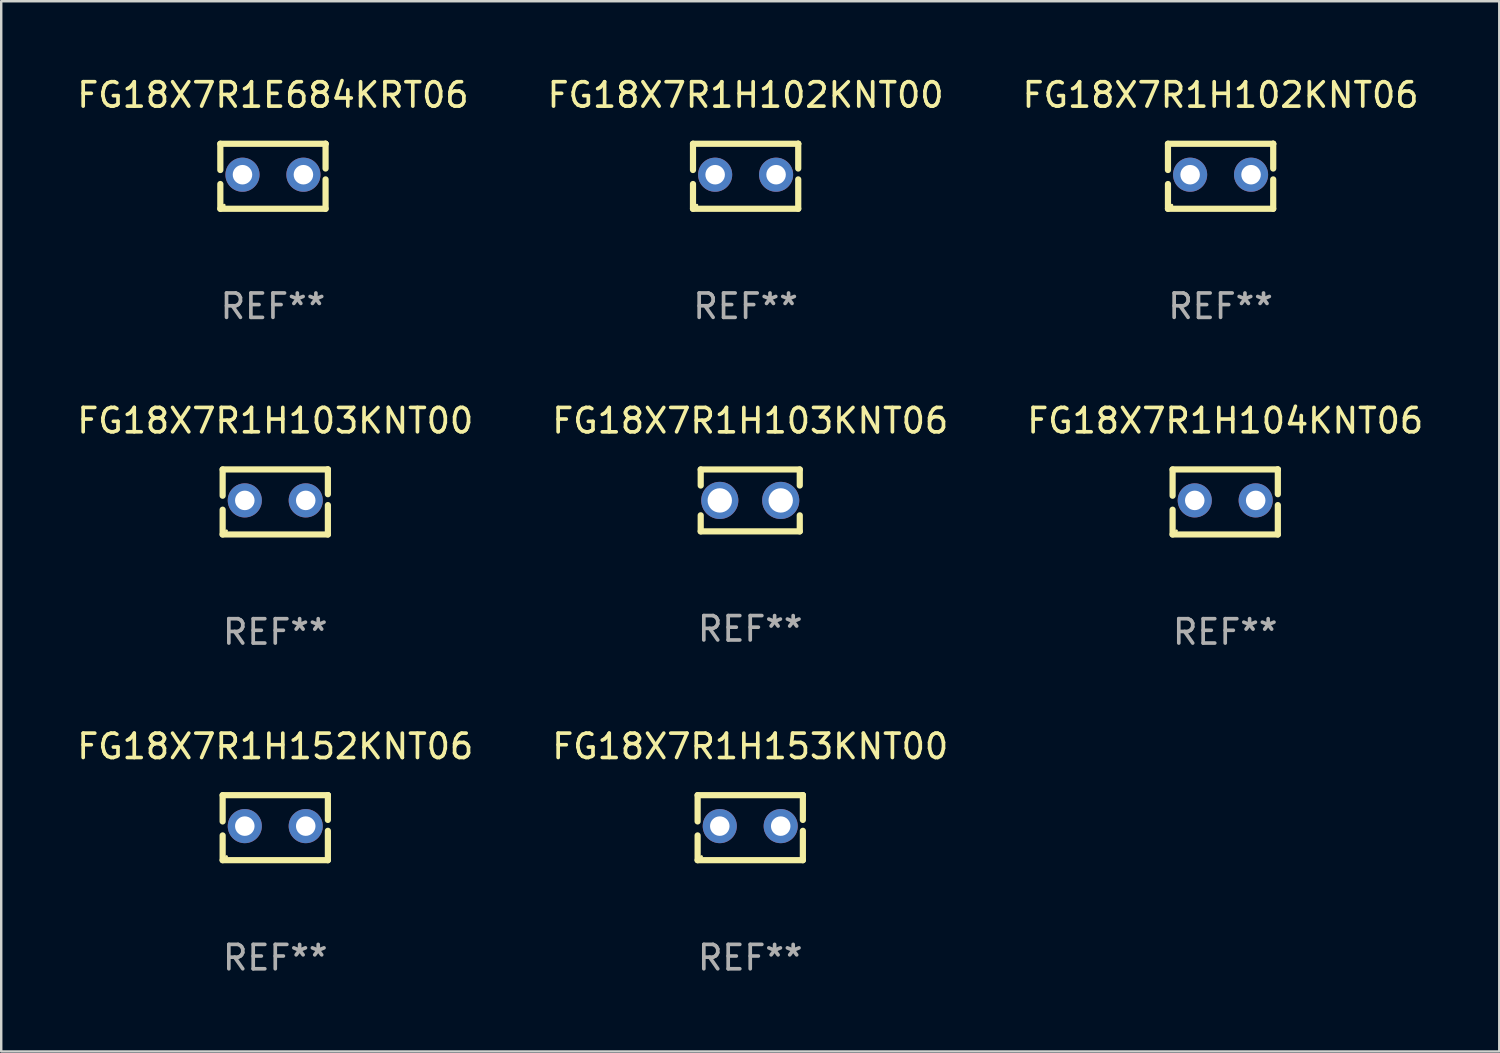
<source format=kicad_pcb>
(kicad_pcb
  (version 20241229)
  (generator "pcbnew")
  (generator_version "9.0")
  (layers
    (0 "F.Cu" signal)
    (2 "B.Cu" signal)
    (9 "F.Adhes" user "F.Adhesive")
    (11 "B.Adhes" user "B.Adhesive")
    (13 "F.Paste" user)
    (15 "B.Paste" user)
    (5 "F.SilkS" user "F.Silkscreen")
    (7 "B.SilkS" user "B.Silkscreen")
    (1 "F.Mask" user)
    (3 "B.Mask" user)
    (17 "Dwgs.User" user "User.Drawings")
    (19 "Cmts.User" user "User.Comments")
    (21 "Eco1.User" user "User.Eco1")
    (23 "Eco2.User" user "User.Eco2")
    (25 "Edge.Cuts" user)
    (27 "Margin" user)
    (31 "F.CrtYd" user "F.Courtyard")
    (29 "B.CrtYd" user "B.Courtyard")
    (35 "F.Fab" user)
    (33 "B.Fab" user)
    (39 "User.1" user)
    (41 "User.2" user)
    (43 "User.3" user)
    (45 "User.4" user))
  (footprint "FG18X7R1H153KNT00"
    (layer "F.Cu")
    (at 27.732 30.909)
    (property "Reference" "FG18X7R1H153KNT00" (at 0 -3.334 0) (layer "F.SilkS") (effects (font (size 1 1) (thickness 0.15))))
    (attr through_hole)
    (fp_line (start -2.159 -1.334) (end 2.159 -1.334) (stroke (width 0.254) (type solid)) (layer "F.SilkS"))
    (fp_line (start -2.159 -0.256) (end -2.159 -1.334) (stroke (width 0.254) (type solid)) (layer "F.SilkS"))
    (fp_line (start -2.159 1.334) (end -2.159 0.318) (stroke (width 0.254) (type solid)) (layer "F.SilkS"))
    (fp_line (start 2.159 -1.334) (end 2.159 -1.334) (stroke (width 0.254) (type solid)) (layer "F.SilkS"))
    (fp_line (start 2.159 -1.334) (end 2.159 -0.318) (stroke (width 0.254) (type solid)) (layer "F.SilkS"))
    (fp_line (start 2.159 0.129) (end 2.159 1.334) (stroke (width 0.254) (type solid)) (layer "F.SilkS"))
    (fp_line (start 2.159 1.334) (end -2.159 1.334) (stroke (width 0.254) (type solid)) (layer "F.SilkS"))
    (fp_circle (center -2 1.186) (end -1.97 1.186) (stroke (width 0.06) (type solid)) (fill no) (layer "F.SilkS"))
    (fp_text user "REF**" (at 0 5.334 0) (layer "F.Fab") (effects (font (size 1 1) (thickness 0.15))))
    (pad "1" thru_hole circle (at -1.25 -0.064) (size 1.4 1.4) (drill 0.8) (layers "*.Cu" "*.Mask"))
    (pad "2" thru_hole circle (at 1.25 -0.064) (size 1.4 1.4) (drill 0.8) (layers "*.Cu" "*.Mask")))
  (footprint "FG18X7R1H103KNT00"
    (layer "F.Cu")
    (at 8.244 17.545)
    (property "Reference" "FG18X7R1H103KNT00" (at 0 -3.334 0) (layer "F.SilkS") (effects (font (size 1 1) (thickness 0.15))))
    (attr through_hole)
    (fp_line (start -2.159 -1.334) (end 2.159 -1.334) (stroke (width 0.254) (type solid)) (layer "F.SilkS"))
    (fp_line (start -2.159 -0.256) (end -2.159 -1.334) (stroke (width 0.254) (type solid)) (layer "F.SilkS"))
    (fp_line (start -2.159 1.334) (end -2.159 0.318) (stroke (width 0.254) (type solid)) (layer "F.SilkS"))
    (fp_line (start 2.159 -1.334) (end 2.159 -1.334) (stroke (width 0.254) (type solid)) (layer "F.SilkS"))
    (fp_line (start 2.159 -1.334) (end 2.159 -0.318) (stroke (width 0.254) (type solid)) (layer "F.SilkS"))
    (fp_line (start 2.159 0.129) (end 2.159 1.334) (stroke (width 0.254) (type solid)) (layer "F.SilkS"))
    (fp_line (start 2.159 1.334) (end -2.159 1.334) (stroke (width 0.254) (type solid)) (layer "F.SilkS"))
    (fp_circle (center -2 1.186) (end -1.97 1.186) (stroke (width 0.06) (type solid)) (fill no) (layer "F.SilkS"))
    (fp_text user "REF**" (at 0 5.334 0) (layer "F.Fab") (effects (font (size 1 1) (thickness 0.15))))
    (pad "1" thru_hole circle (at -1.25 -0.064) (size 1.4 1.4) (drill 0.8) (layers "*.Cu" "*.Mask"))
    (pad "2" thru_hole circle (at 1.25 -0.064) (size 1.4 1.4) (drill 0.8) (layers "*.Cu" "*.Mask")))
  (footprint "FG18X7R1H102KNT06"
    (layer "F.Cu")
    (at 47.03 4.182)
    (property "Reference" "FG18X7R1H102KNT06" (at 0 -3.334 0) (layer "F.SilkS") (effects (font (size 1 1) (thickness 0.15))))
    (attr through_hole)
    (fp_line (start -2.159 -1.334) (end 2.159 -1.334) (stroke (width 0.254) (type solid)) (layer "F.SilkS"))
    (fp_line (start -2.159 -0.256) (end -2.159 -1.334) (stroke (width 0.254) (type solid)) (layer "F.SilkS"))
    (fp_line (start -2.159 1.334) (end -2.159 0.318) (stroke (width 0.254) (type solid)) (layer "F.SilkS"))
    (fp_line (start 2.159 -1.334) (end 2.159 -1.334) (stroke (width 0.254) (type solid)) (layer "F.SilkS"))
    (fp_line (start 2.159 -1.334) (end 2.159 -0.318) (stroke (width 0.254) (type solid)) (layer "F.SilkS"))
    (fp_line (start 2.159 0.129) (end 2.159 1.334) (stroke (width 0.254) (type solid)) (layer "F.SilkS"))
    (fp_line (start 2.159 1.334) (end -2.159 1.334) (stroke (width 0.254) (type solid)) (layer "F.SilkS"))
    (fp_circle (center -2 1.186) (end -1.97 1.186) (stroke (width 0.06) (type solid)) (fill no) (layer "F.SilkS"))
    (fp_text user "REF**" (at 0 5.334 0) (layer "F.Fab") (effects (font (size 1 1) (thickness 0.15))))
    (pad "1" thru_hole circle (at -1.25 -0.064) (size 1.4 1.4) (drill 0.8) (layers "*.Cu" "*.Mask"))
    (pad "2" thru_hole circle (at 1.25 -0.064) (size 1.4 1.4) (drill 0.8) (layers "*.Cu" "*.Mask")))
  (footprint "FG18X7R1E684KRT06"
    (layer "F.Cu")
    (at 8.149 4.182)
    (property "Reference" "FG18X7R1E684KRT06" (at 0 -3.334 0) (layer "F.SilkS") (effects (font (size 1 1) (thickness 0.15))))
    (attr through_hole)
    (fp_line (start -2.159 -1.334) (end 2.159 -1.334) (stroke (width 0.254) (type solid)) (layer "F.SilkS"))
    (fp_line (start -2.159 -0.256) (end -2.159 -1.334) (stroke (width 0.254) (type solid)) (layer "F.SilkS"))
    (fp_line (start -2.159 1.334) (end -2.159 0.318) (stroke (width 0.254) (type solid)) (layer "F.SilkS"))
    (fp_line (start 2.159 -1.334) (end 2.159 -1.334) (stroke (width 0.254) (type solid)) (layer "F.SilkS"))
    (fp_line (start 2.159 -1.334) (end 2.159 -0.318) (stroke (width 0.254) (type solid)) (layer "F.SilkS"))
    (fp_line (start 2.159 0.129) (end 2.159 1.334) (stroke (width 0.254) (type solid)) (layer "F.SilkS"))
    (fp_line (start 2.159 1.334) (end -2.159 1.334) (stroke (width 0.254) (type solid)) (layer "F.SilkS"))
    (fp_circle (center -2 1.186) (end -1.97 1.186) (stroke (width 0.06) (type solid)) (fill no) (layer "F.SilkS"))
    (fp_text user "REF**" (at 0 5.334 0) (layer "F.Fab") (effects (font (size 1 1) (thickness 0.15))))
    (pad "1" thru_hole circle (at -1.25 -0.064) (size 1.4 1.4) (drill 0.8) (layers "*.Cu" "*.Mask"))
    (pad "2" thru_hole circle (at 1.25 -0.064) (size 1.4 1.4) (drill 0.8) (layers "*.Cu" "*.Mask")))
  (footprint "FG18X7R1H103KNT06"
    (layer "F.Cu")
    (at 27.732 17.482)
    (property "Reference" "FG18X7R1H103KNT06" (at 0 -3.27 0) (layer "F.SilkS") (effects (font (size 1 1) (thickness 0.15))))
    (attr through_hole)
    (fp_line (start -2.032 -1.27) (end -2.032 -0.611) (stroke (width 0.254) (type solid)) (layer "F.SilkS"))
    (fp_line (start -2.032 0.611) (end -2.032 1.27) (stroke (width 0.254) (type solid)) (layer "F.SilkS"))
    (fp_line (start -2.032 1.27) (end 2.032 1.27) (stroke (width 0.254) (type solid)) (layer "F.SilkS"))
    (fp_line (start 2.032 -1.27) (end -2.032 -1.27) (stroke (width 0.254) (type solid)) (layer "F.SilkS"))
    (fp_line (start 2.032 -0.611) (end 2.032 -1.27) (stroke (width 0.254) (type solid)) (layer "F.SilkS"))
    (fp_line (start 2.032 1.27) (end 2.032 0.611) (stroke (width 0.254) (type solid)) (layer "F.SilkS"))
    (fp_circle (center -2 1.25) (end -1.97 1.25) (stroke (width 0.06) (type solid)) (fill no) (layer "F.SilkS"))
    (fp_text user "REF**" (at 0 5.27 0) (layer "F.Fab") (effects (font (size 1 1) (thickness 0.15))))
    (pad "1" thru_hole circle (at -1.25 0) (size 1.524 1.524) (drill 1) (layers "*.Cu" "*.Mask"))
    (pad "2" thru_hole circle (at 1.25 0) (size 1.524 1.524) (drill 1) (layers "*.Cu" "*.Mask")))
  (footprint "FG18X7R1H104KNT06"
    (layer "F.Cu")
    (at 47.22 17.545)
    (property "Reference" "FG18X7R1H104KNT06" (at 0 -3.334 0) (layer "F.SilkS") (effects (font (size 1 1) (thickness 0.15))))
    (attr through_hole)
    (fp_line (start -2.159 -1.334) (end 2.159 -1.334) (stroke (width 0.254) (type solid)) (layer "F.SilkS"))
    (fp_line (start -2.159 -0.256) (end -2.159 -1.334) (stroke (width 0.254) (type solid)) (layer "F.SilkS"))
    (fp_line (start -2.159 1.334) (end -2.159 0.318) (stroke (width 0.254) (type solid)) (layer "F.SilkS"))
    (fp_line (start 2.159 -1.334) (end 2.159 -1.334) (stroke (width 0.254) (type solid)) (layer "F.SilkS"))
    (fp_line (start 2.159 -1.334) (end 2.159 -0.318) (stroke (width 0.254) (type solid)) (layer "F.SilkS"))
    (fp_line (start 2.159 0.129) (end 2.159 1.334) (stroke (width 0.254) (type solid)) (layer "F.SilkS"))
    (fp_line (start 2.159 1.334) (end -2.159 1.334) (stroke (width 0.254) (type solid)) (layer "F.SilkS"))
    (fp_circle (center -2 1.186) (end -1.97 1.186) (stroke (width 0.06) (type solid)) (fill no) (layer "F.SilkS"))
    (fp_text user "REF**" (at 0 5.334 0) (layer "F.Fab") (effects (font (size 1 1) (thickness 0.15))))
    (pad "1" thru_hole circle (at -1.25 -0.064) (size 1.4 1.4) (drill 0.8) (layers "*.Cu" "*.Mask"))
    (pad "2" thru_hole circle (at 1.25 -0.064) (size 1.4 1.4) (drill 0.8) (layers "*.Cu" "*.Mask")))
  (footprint "FG18X7R1H102KNT00"
    (layer "F.Cu")
    (at 27.542 4.182)
    (property "Reference" "FG18X7R1H102KNT00" (at 0 -3.334 0) (layer "F.SilkS") (effects (font (size 1 1) (thickness 0.15))))
    (attr through_hole)
    (fp_line (start -2.159 -1.334) (end 2.159 -1.334) (stroke (width 0.254) (type solid)) (layer "F.SilkS"))
    (fp_line (start -2.159 -0.256) (end -2.159 -1.334) (stroke (width 0.254) (type solid)) (layer "F.SilkS"))
    (fp_line (start -2.159 1.334) (end -2.159 0.318) (stroke (width 0.254) (type solid)) (layer "F.SilkS"))
    (fp_line (start 2.159 -1.334) (end 2.159 -1.334) (stroke (width 0.254) (type solid)) (layer "F.SilkS"))
    (fp_line (start 2.159 -1.334) (end 2.159 -0.318) (stroke (width 0.254) (type solid)) (layer "F.SilkS"))
    (fp_line (start 2.159 0.129) (end 2.159 1.334) (stroke (width 0.254) (type solid)) (layer "F.SilkS"))
    (fp_line (start 2.159 1.334) (end -2.159 1.334) (stroke (width 0.254) (type solid)) (layer "F.SilkS"))
    (fp_circle (center -2 1.186) (end -1.97 1.186) (stroke (width 0.06) (type solid)) (fill no) (layer "F.SilkS"))
    (fp_text user "REF**" (at 0 5.334 0) (layer "F.Fab") (effects (font (size 1 1) (thickness 0.15))))
    (pad "1" thru_hole circle (at -1.25 -0.064) (size 1.4 1.4) (drill 0.8) (layers "*.Cu" "*.Mask"))
    (pad "2" thru_hole circle (at 1.25 -0.064) (size 1.4 1.4) (drill 0.8) (layers "*.Cu" "*.Mask")))
  (footprint "FG18X7R1H152KNT06"
    (layer "F.Cu")
    (at 8.244 30.909)
    (property "Reference" "FG18X7R1H152KNT06" (at 0 -3.334 0) (layer "F.SilkS") (effects (font (size 1 1) (thickness 0.15))))
    (attr through_hole)
    (fp_line (start -2.159 -1.334) (end 2.159 -1.334) (stroke (width 0.254) (type solid)) (layer "F.SilkS"))
    (fp_line (start -2.159 -0.256) (end -2.159 -1.334) (stroke (width 0.254) (type solid)) (layer "F.SilkS"))
    (fp_line (start -2.159 1.334) (end -2.159 0.318) (stroke (width 0.254) (type solid)) (layer "F.SilkS"))
    (fp_line (start 2.159 -1.334) (end 2.159 -1.334) (stroke (width 0.254) (type solid)) (layer "F.SilkS"))
    (fp_line (start 2.159 -1.334) (end 2.159 -0.318) (stroke (width 0.254) (type solid)) (layer "F.SilkS"))
    (fp_line (start 2.159 0.129) (end 2.159 1.334) (stroke (width 0.254) (type solid)) (layer "F.SilkS"))
    (fp_line (start 2.159 1.334) (end -2.159 1.334) (stroke (width 0.254) (type solid)) (layer "F.SilkS"))
    (fp_circle (center -2 1.186) (end -1.97 1.186) (stroke (width 0.06) (type solid)) (fill no) (layer "F.SilkS"))
    (fp_text user "REF**" (at 0 5.334 0) (layer "F.Fab") (effects (font (size 1 1) (thickness 0.15))))
    (pad "1" thru_hole circle (at -1.25 -0.064) (size 1.4 1.4) (drill 0.8) (layers "*.Cu" "*.Mask"))
    (pad "2" thru_hole circle (at 1.25 -0.064) (size 1.4 1.4) (drill 0.8) (layers "*.Cu" "*.Mask")))
  (gr_rect
    (start -3 -3)
    (end 58.464 40.091)
    (stroke (width 0.1) (type default))
    (fill no)
    (layer "Edge.Cuts")))
</source>
